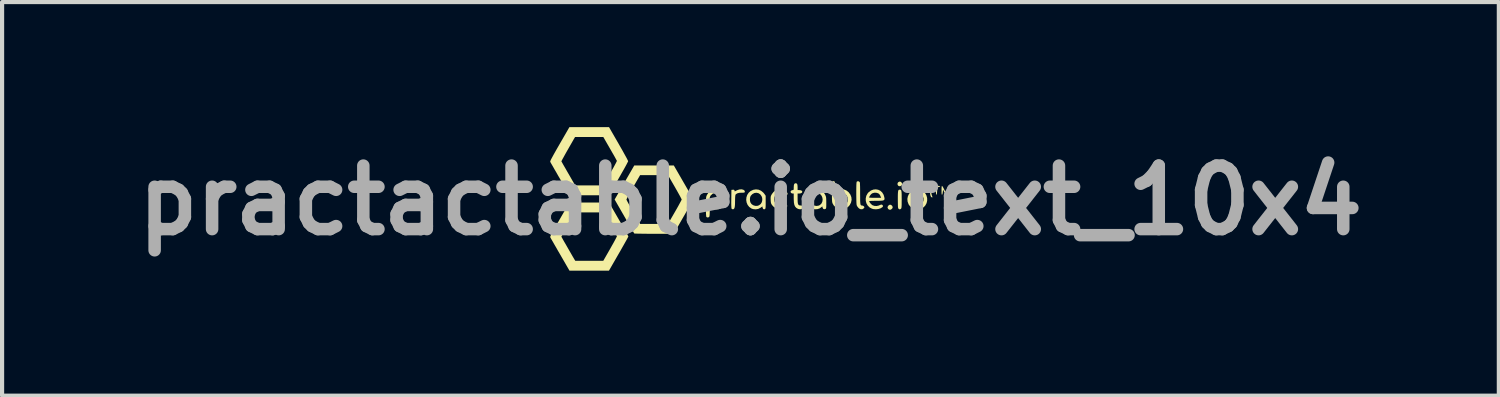
<source format=kicad_pcb>
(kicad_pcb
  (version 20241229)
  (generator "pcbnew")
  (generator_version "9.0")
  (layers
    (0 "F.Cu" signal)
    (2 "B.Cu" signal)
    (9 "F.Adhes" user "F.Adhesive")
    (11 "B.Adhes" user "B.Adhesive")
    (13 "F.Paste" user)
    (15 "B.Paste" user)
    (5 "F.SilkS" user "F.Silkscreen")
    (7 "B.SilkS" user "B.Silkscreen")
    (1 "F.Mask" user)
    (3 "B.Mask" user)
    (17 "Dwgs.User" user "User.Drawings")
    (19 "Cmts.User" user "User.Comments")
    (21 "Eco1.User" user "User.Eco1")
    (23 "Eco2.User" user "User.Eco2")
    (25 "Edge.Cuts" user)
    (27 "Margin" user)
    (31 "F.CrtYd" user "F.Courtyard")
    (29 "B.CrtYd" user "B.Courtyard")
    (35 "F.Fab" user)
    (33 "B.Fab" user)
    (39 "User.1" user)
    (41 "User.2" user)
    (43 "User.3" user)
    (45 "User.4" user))
  (footprint "practactable.io_text_10x4"
    (layer "F.Cu")
    (at 14.957 1.758)
    (property "Reference" "practactable.io_text_10x4" (at 0 0 0) (layer "F.Fab") (effects (font (size 1.524 1.524) (thickness 0.3))))
    (attr board_only exclude_from_pos_files exclude_from_bom)
    (fp_poly (pts (xy 3.604 -0.447) (xy 3.622 -0.433) (xy 3.637 -0.405) (xy 3.635 -0.376) (xy 3.619 -0.352) (xy 3.591 -0.34) (xy 3.582 -0.339) (xy 3.556 -0.346) (xy 3.542 -0.355) (xy 3.528 -0.383) (xy 3.53 -0.413) (xy 3.545 -0.435) (xy 3.574 -0.451)) (stroke (width 0) (type solid)) (fill yes) (layer "F.SilkS"))
    (fp_poly (pts (xy 3.377 0.111) (xy 3.4 0.132) (xy 3.412 0.158) (xy 3.413 0.164) (xy 3.404 0.191) (xy 3.382 0.213) (xy 3.354 0.226) (xy 3.347 0.226) (xy 3.322 0.219) (xy 3.306 0.207) (xy 3.293 0.184) (xy 3.289 0.166) (xy 3.298 0.14) (xy 3.319 0.116) (xy 3.345 0.103) (xy 3.351 0.103)) (stroke (width 0) (type solid)) (fill yes) (layer "F.SilkS"))
    (fp_poly (pts (xy 4.36 -0.336) (xy 4.356 -0.311) (xy 4.353 -0.303) (xy 4.342 -0.26) (xy 4.338 -0.207) (xy 4.343 -0.155) (xy 4.353 -0.117) (xy 4.364 -0.09) (xy 4.367 -0.077) (xy 4.363 -0.072) (xy 4.354 -0.072) (xy 4.338 -0.08) (xy 4.327 -0.094) (xy 4.316 -0.125) (xy 4.311 -0.166) (xy 4.31 -0.213) (xy 4.312 -0.259) (xy 4.319 -0.301) (xy 4.329 -0.331) (xy 4.339 -0.345) (xy 4.354 -0.348)) (stroke (width 0) (type solid)) (fill yes) (layer "F.SilkS"))
    (fp_poly (pts (xy 4.86 -0.341) (xy 4.872 -0.319) (xy 4.876 -0.308) (xy 4.887 -0.268) (xy 4.891 -0.223) (xy 4.89 -0.176) (xy 4.884 -0.134) (xy 4.872 -0.099) (xy 4.857 -0.078) (xy 4.848 -0.074) (xy 4.834 -0.073) (xy 4.831 -0.074) (xy 4.835 -0.085) (xy 4.843 -0.108) (xy 4.846 -0.118) (xy 4.86 -0.18) (xy 4.859 -0.246) (xy 4.847 -0.296) (xy 4.839 -0.328) (xy 4.841 -0.345) (xy 4.852 -0.349)) (stroke (width 0) (type solid)) (fill yes) (layer "F.SilkS"))
    (fp_poly (pts (xy 4.512 -0.349) (xy 4.539 -0.346) (xy 4.551 -0.341) (xy 4.551 -0.337) (xy 4.539 -0.327) (xy 4.515 -0.321) (xy 4.515 -0.321) (xy 4.483 -0.317) (xy 4.48 -0.229) (xy 4.476 -0.178) (xy 4.471 -0.147) (xy 4.464 -0.136) (xy 4.457 -0.139) (xy 4.453 -0.156) (xy 4.451 -0.189) (xy 4.451 -0.225) (xy 4.451 -0.319) (xy 4.415 -0.319) (xy 4.388 -0.322) (xy 4.379 -0.333) (xy 4.379 -0.334) (xy 4.383 -0.342) (xy 4.396 -0.346) (xy 4.423 -0.349) (xy 4.467 -0.349) (xy 4.467 -0.349)) (stroke (width 0) (type solid)) (fill yes) (layer "F.SilkS"))
    (fp_poly (pts (xy 3.597 -0.256) (xy 3.609 -0.251) (xy 3.617 -0.239) (xy 3.622 -0.219) (xy 3.626 -0.187) (xy 3.628 -0.142) (xy 3.628 -0.08) (xy 3.629 -0.024) (xy 3.628 0.048) (xy 3.628 0.103) (xy 3.626 0.142) (xy 3.624 0.169) (xy 3.62 0.186) (xy 3.615 0.197) (xy 3.612 0.2) (xy 3.593 0.213) (xy 3.582 0.216) (xy 3.564 0.209) (xy 3.552 0.2) (xy 3.547 0.191) (xy 3.542 0.177) (xy 3.539 0.154) (xy 3.538 0.12) (xy 3.537 0.072) (xy 3.536 0.007) (xy 3.536 -0.024) (xy 3.536 -0.099) (xy 3.537 -0.156) (xy 3.54 -0.198) (xy 3.544 -0.226) (xy 3.55 -0.243) (xy 3.559 -0.253) (xy 3.571 -0.256) (xy 3.582 -0.257)) (stroke (width 0) (type solid)) (fill yes) (layer "F.SilkS"))
    (fp_poly (pts (xy -0.164 -0.252) (xy -0.142 -0.233) (xy -0.134 -0.212) (xy -0.14 -0.193) (xy -0.146 -0.189) (xy -0.162 -0.185) (xy -0.191 -0.184) (xy -0.217 -0.184) (xy -0.27 -0.181) (xy -0.316 -0.169) (xy -0.348 -0.149) (xy -0.359 -0.135) (xy -0.363 -0.117) (xy -0.367 -0.082) (xy -0.369 -0.035) (xy -0.37 0.02) (xy -0.37 0.022) (xy -0.371 0.091) (xy -0.375 0.142) (xy -0.382 0.177) (xy -0.392 0.199) (xy -0.407 0.211) (xy -0.417 0.214) (xy -0.44 0.21) (xy -0.451 0.202) (xy -0.455 0.19) (xy -0.458 0.163) (xy -0.46 0.121) (xy -0.461 0.061) (xy -0.46 -0.017) (xy -0.46 -0.032) (xy -0.457 -0.252) (xy -0.423 -0.255) (xy -0.398 -0.255) (xy -0.386 -0.245) (xy -0.383 -0.237) (xy -0.379 -0.22) (xy -0.377 -0.216) (xy -0.367 -0.22) (xy -0.345 -0.231) (xy -0.325 -0.242) (xy -0.267 -0.262) (xy -0.211 -0.266)) (stroke (width 0) (type solid)) (fill yes) (layer "F.SilkS"))
    (fp_poly (pts (xy 2.604 -0.454) (xy 2.622 -0.436) (xy 2.625 -0.429) (xy 2.627 -0.413) (xy 2.628 -0.379) (xy 2.63 -0.331) (xy 2.631 -0.271) (xy 2.631 -0.204) (xy 2.631 -0.154) (xy 2.632 -0.071) (xy 2.632 -0.007) (xy 2.634 0.042) (xy 2.637 0.076) (xy 2.641 0.099) (xy 2.648 0.113) (xy 2.658 0.121) (xy 2.67 0.123) (xy 2.679 0.123) (xy 2.703 0.13) (xy 2.724 0.145) (xy 2.734 0.164) (xy 2.734 0.165) (xy 2.728 0.179) (xy 2.714 0.195) (xy 2.683 0.213) (xy 2.644 0.212) (xy 2.626 0.206) (xy 2.596 0.185) (xy 2.568 0.153) (xy 2.55 0.12) (xy 2.546 0.1) (xy 2.543 0.061) (xy 2.541 0.006) (xy 2.54 -0.065) (xy 2.539 -0.148) (xy 2.539 -0.174) (xy 2.539 -0.257) (xy 2.54 -0.322) (xy 2.541 -0.37) (xy 2.543 -0.405) (xy 2.545 -0.429) (xy 2.549 -0.443) (xy 2.553 -0.451) (xy 2.554 -0.452) (xy 2.578 -0.46)) (stroke (width 0) (type solid)) (fill yes) (layer "F.SilkS"))
    (fp_poly (pts (xy 4.794 -0.344) (xy 4.798 -0.325) (xy 4.8 -0.291) (xy 4.8 -0.242) (xy 4.8 -0.192) (xy 4.798 -0.16) (xy 4.795 -0.142) (xy 4.789 -0.134) (xy 4.785 -0.134) (xy 4.776 -0.138) (xy 4.771 -0.154) (xy 4.769 -0.185) (xy 4.769 -0.203) (xy 4.768 -0.272) (xy 4.736 -0.208) (xy 4.718 -0.176) (xy 4.702 -0.153) (xy 4.691 -0.144) (xy 4.69 -0.144) (xy 4.679 -0.152) (xy 4.663 -0.175) (xy 4.649 -0.202) (xy 4.621 -0.259) (xy 4.615 -0.2) (xy 4.61 -0.165) (xy 4.603 -0.142) (xy 4.597 -0.136) (xy 4.591 -0.139) (xy 4.587 -0.155) (xy 4.585 -0.187) (xy 4.585 -0.236) (xy 4.585 -0.241) (xy 4.585 -0.29) (xy 4.588 -0.326) (xy 4.592 -0.346) (xy 4.595 -0.349) (xy 4.603 -0.341) (xy 4.619 -0.318) (xy 4.637 -0.284) (xy 4.647 -0.265) (xy 4.69 -0.18) (xy 4.732 -0.265) (xy 4.752 -0.302) (xy 4.77 -0.331) (xy 4.783 -0.347) (xy 4.787 -0.349)) (stroke (width 0) (type solid)) (fill yes) (layer "F.SilkS"))
    (fp_poly (pts (xy 1.106 -0.407) (xy 1.121 -0.392) (xy 1.128 -0.364) (xy 1.131 -0.319) (xy 1.131 -0.317) (xy 1.131 -0.247) (xy 1.167 -0.247) (xy 1.208 -0.242) (xy 1.234 -0.228) (xy 1.244 -0.206) (xy 1.244 -0.206) (xy 1.234 -0.184) (xy 1.208 -0.17) (xy 1.168 -0.164) (xy 1.131 -0.164) (xy 1.131 -0.041) (xy 1.132 0.021) (xy 1.136 0.066) (xy 1.145 0.095) (xy 1.159 0.113) (xy 1.181 0.121) (xy 1.208 0.123) (xy 1.235 0.127) (xy 1.251 0.14) (xy 1.256 0.15) (xy 1.263 0.171) (xy 1.256 0.186) (xy 1.245 0.197) (xy 1.209 0.213) (xy 1.165 0.211) (xy 1.136 0.201) (xy 1.1 0.18) (xy 1.073 0.15) (xy 1.054 0.11) (xy 1.043 0.056) (xy 1.039 -0.014) (xy 1.038 -0.046) (xy 1.038 -0.164) (xy 1.013 -0.164) (xy 0.986 -0.171) (xy 0.967 -0.188) (xy 0.962 -0.209) (xy 0.963 -0.214) (xy 0.98 -0.237) (xy 1.008 -0.246) (xy 1.015 -0.247) (xy 1.028 -0.248) (xy 1.035 -0.257) (xy 1.038 -0.276) (xy 1.038 -0.309) (xy 1.041 -0.359) (xy 1.05 -0.392) (xy 1.067 -0.408) (xy 1.083 -0.411)) (stroke (width 0) (type solid)) (fill yes) (layer "F.SilkS"))
    (fp_poly (pts (xy 4.041 -0.262) (xy 4.103 -0.244) (xy 4.155 -0.211) (xy 4.196 -0.167) (xy 4.224 -0.114) (xy 4.239 -0.055) (xy 4.24 0.006) (xy 4.226 0.066) (xy 4.196 0.122) (xy 4.159 0.162) (xy 4.109 0.194) (xy 4.048 0.212) (xy 3.982 0.215) (xy 3.922 0.205) (xy 3.883 0.186) (xy 3.843 0.155) (xy 3.809 0.117) (xy 3.794 0.094) (xy 3.77 0.028) (xy 3.767 -0.01) (xy 3.856 -0.01) (xy 3.863 0.035) (xy 3.869 0.049) (xy 3.891 0.08) (xy 3.919 0.108) (xy 3.946 0.126) (xy 3.947 0.126) (xy 3.983 0.132) (xy 4.027 0.13) (xy 4.068 0.121) (xy 4.077 0.117) (xy 4.112 0.09) (xy 4.137 0.049) (xy 4.151 0.001) (xy 4.152 -0.049) (xy 4.139 -0.096) (xy 4.129 -0.114) (xy 4.093 -0.153) (xy 4.048 -0.176) (xy 4 -0.183) (xy 3.953 -0.174) (xy 3.91 -0.15) (xy 3.877 -0.11) (xy 3.873 -0.102) (xy 3.859 -0.059) (xy 3.856 -0.01) (xy 3.767 -0.01) (xy 3.765 -0.037) (xy 3.777 -0.098) (xy 3.803 -0.154) (xy 3.842 -0.201) (xy 3.892 -0.237) (xy 3.951 -0.259) (xy 4.018 -0.264)) (stroke (width 0) (type solid)) (fill yes) (layer "F.SilkS"))
    (fp_poly (pts (xy 0.758 -0.259) (xy 0.794 -0.249) (xy 0.825 -0.233) (xy 0.865 -0.205) (xy 0.887 -0.178) (xy 0.891 -0.152) (xy 0.884 -0.139) (xy 0.867 -0.126) (xy 0.845 -0.127) (xy 0.815 -0.144) (xy 0.804 -0.152) (xy 0.762 -0.173) (xy 0.713 -0.181) (xy 0.666 -0.175) (xy 0.63 -0.159) (xy 0.594 -0.12) (xy 0.572 -0.073) (xy 0.566 -0.021) (xy 0.576 0.03) (xy 0.6 0.076) (xy 0.636 0.11) (xy 0.683 0.13) (xy 0.736 0.133) (xy 0.789 0.118) (xy 0.803 0.111) (xy 0.833 0.097) (xy 0.852 0.095) (xy 0.861 0.099) (xy 0.88 0.119) (xy 0.882 0.141) (xy 0.867 0.163) (xy 0.84 0.184) (xy 0.801 0.2) (xy 0.754 0.211) (xy 0.732 0.213) (xy 0.692 0.215) (xy 0.662 0.211) (xy 0.633 0.201) (xy 0.607 0.188) (xy 0.556 0.154) (xy 0.519 0.114) (xy 0.503 0.089) (xy 0.493 0.065) (xy 0.488 0.036) (xy 0.485 -0.006) (xy 0.485 -0.014) (xy 0.484 -0.057) (xy 0.486 -0.086) (xy 0.492 -0.11) (xy 0.505 -0.135) (xy 0.516 -0.154) (xy 0.558 -0.207) (xy 0.611 -0.242) (xy 0.674 -0.259) (xy 0.714 -0.262)) (stroke (width 0) (type solid)) (fill yes) (layer "F.SilkS"))
    (fp_poly (pts (xy 0.194 -0.257) (xy 0.254 -0.231) (xy 0.307 -0.188) (xy 0.334 -0.156) (xy 0.365 -0.111) (xy 0.365 0.043) (xy 0.365 0.104) (xy 0.364 0.147) (xy 0.362 0.176) (xy 0.358 0.194) (xy 0.353 0.204) (xy 0.347 0.21) (xy 0.323 0.215) (xy 0.303 0.203) (xy 0.291 0.177) (xy 0.29 0.172) (xy 0.287 0.145) (xy 0.241 0.177) (xy 0.186 0.205) (xy 0.125 0.215) (xy 0.063 0.209) (xy 0.023 0.195) (xy -0.03 0.157) (xy -0.068 0.109) (xy -0.092 0.052) (xy -0.102 -0.009) (xy -0.1 -0.035) (xy -0.013 -0.035) (xy -0.011 0.012) (xy -0.000416 0.05) (xy 0.026 0.089) (xy 0.065 0.116) (xy 0.112 0.131) (xy 0.162 0.132) (xy 0.205 0.118) (xy 0.245 0.087) (xy 0.272 0.044) (xy 0.284 -0.007) (xy 0.281 -0.06) (xy 0.265 -0.102) (xy 0.233 -0.146) (xy 0.191 -0.173) (xy 0.144 -0.183) (xy 0.096 -0.177) (xy 0.049 -0.153) (xy 0.008 -0.112) (xy 0.007 -0.111) (xy -0.007 -0.078) (xy -0.013 -0.035) (xy -0.1 -0.035) (xy -0.097 -0.071) (xy -0.078 -0.13) (xy -0.043 -0.183) (xy 0.002 -0.223) (xy 0.065 -0.253) (xy 0.13 -0.264)) (stroke (width 0) (type solid)) (fill yes) (layer "F.SilkS"))
    (fp_poly (pts (xy 1.664 -0.25) (xy 1.72 -0.22) (xy 1.767 -0.176) (xy 1.794 -0.13) (xy 1.805 -0.106) (xy 1.812 -0.083) (xy 1.816 -0.056) (xy 1.818 -0.02) (xy 1.819 0.029) (xy 1.819 0.059) (xy 1.819 0.114) (xy 1.818 0.153) (xy 1.816 0.178) (xy 1.812 0.193) (xy 1.806 0.201) (xy 1.798 0.206) (xy 1.768 0.213) (xy 1.744 0.201) (xy 1.73 0.174) (xy 1.73 0.173) (xy 1.724 0.143) (xy 1.702 0.163) (xy 1.655 0.195) (xy 1.598 0.212) (xy 1.537 0.213) (xy 1.479 0.199) (xy 1.475 0.197) (xy 1.421 0.161) (xy 1.38 0.112) (xy 1.355 0.051) (xy 1.347 -0.02) (xy 1.347 -0.021) (xy 1.349 -0.041) (xy 1.432 -0.041) (xy 1.434 0.011) (xy 1.451 0.06) (xy 1.456 0.068) (xy 1.491 0.104) (xy 1.537 0.126) (xy 1.588 0.134) (xy 1.638 0.125) (xy 1.662 0.114) (xy 1.7 0.08) (xy 1.723 0.036) (xy 1.732 -0.013) (xy 1.726 -0.062) (xy 1.708 -0.109) (xy 1.676 -0.147) (xy 1.637 -0.171) (xy 1.592 -0.184) (xy 1.55 -0.18) (xy 1.51 -0.164) (xy 1.471 -0.133) (xy 1.445 -0.091) (xy 1.432 -0.041) (xy 1.349 -0.041) (xy 1.355 -0.093) (xy 1.38 -0.155) (xy 1.423 -0.204) (xy 1.472 -0.238) (xy 1.536 -0.26) (xy 1.601 -0.264)) (stroke (width 0) (type solid)) (fill yes) (layer "F.SilkS"))
    (fp_poly (pts (xy -1.603 -0.429) (xy -1.367 -0.021) (xy -1.605 0.39) (xy -1.842 0.802) (xy -2.313 0.802) (xy -2.41 0.802) (xy -2.5 0.801) (xy -2.581 0.8) (xy -2.652 0.799) (xy -2.71 0.798) (xy -2.754 0.797) (xy -2.781 0.795) (xy -2.789 0.794) (xy -2.795 0.784) (xy -2.81 0.758) (xy -2.833 0.717) (xy -2.864 0.664) (xy -2.9 0.601) (xy -2.942 0.529) (xy -2.988 0.45) (xy -3.027 0.383) (xy -3.259 -0.021) (xy -2.976 -0.021) (xy -2.971 -0.008) (xy -2.957 0.02) (xy -2.935 0.061) (xy -2.906 0.113) (xy -2.872 0.174) (xy -2.834 0.242) (xy -2.811 0.28) (xy -2.647 0.565) (xy -2.313 0.565) (xy -1.979 0.565) (xy -1.815 0.281) (xy -1.775 0.211) (xy -1.738 0.146) (xy -1.707 0.089) (xy -1.681 0.041) (xy -1.662 0.006) (xy -1.652 -0.015) (xy -1.65 -0.02) (xy -1.655 -0.032) (xy -1.669 -0.06) (xy -1.691 -0.102) (xy -1.72 -0.154) (xy -1.754 -0.215) (xy -1.792 -0.282) (xy -1.814 -0.321) (xy -1.979 -0.606) (xy -2.313 -0.606) (xy -2.648 -0.606) (xy -2.812 -0.322) (xy -2.852 -0.252) (xy -2.888 -0.187) (xy -2.92 -0.13) (xy -2.946 -0.082) (xy -2.964 -0.047) (xy -2.974 -0.026) (xy -2.976 -0.021) (xy -3.259 -0.021) (xy -3.259 -0.021) (xy -3.024 -0.429) (xy -2.788 -0.838) (xy -1.839 -0.838)) (stroke (width 0) (type solid)) (fill yes) (layer "F.SilkS"))
    (fp_poly (pts (xy -0.804 -0.263) (xy -0.737 -0.245) (xy -0.68 -0.21) (xy -0.636 -0.163) (xy -0.608 -0.104) (xy -0.596 -0.037) (xy -0.596 -0.03) (xy -0.604 0.043) (xy -0.628 0.104) (xy -0.663 0.154) (xy -0.709 0.19) (xy -0.764 0.211) (xy -0.823 0.214) (xy -0.887 0.2) (xy -0.919 0.186) (xy -0.977 0.155) (xy -0.977 0.263) (xy -0.978 0.31) (xy -0.98 0.351) (xy -0.984 0.381) (xy -0.987 0.391) (xy -1.006 0.407) (xy -1.032 0.41) (xy -1.055 0.4) (xy -1.057 0.399) (xy -1.061 0.387) (xy -1.064 0.362) (xy -1.067 0.321) (xy -1.068 0.263) (xy -1.069 0.186) (xy -1.069 0.155) (xy -1.069 0.079) (xy -1.068 0.022) (xy -1.067 -0.022) (xy -1.067 -0.031) (xy -0.981 -0.031) (xy -0.977 0.016) (xy -0.963 0.058) (xy -0.963 0.06) (xy -0.932 0.098) (xy -0.889 0.123) (xy -0.84 0.134) (xy -0.79 0.129) (xy -0.752 0.113) (xy -0.722 0.085) (xy -0.697 0.044) (xy -0.682 -0.000005) (xy -0.679 -0.025) (xy -0.687 -0.072) (xy -0.712 -0.117) (xy -0.747 -0.154) (xy -0.762 -0.164) (xy -0.812 -0.182) (xy -0.862 -0.18) (xy -0.91 -0.158) (xy -0.953 -0.118) (xy -0.96 -0.11) (xy -0.975 -0.075) (xy -0.981 -0.031) (xy -1.067 -0.031) (xy -1.065 -0.054) (xy -1.062 -0.078) (xy -1.058 -0.097) (xy -1.051 -0.114) (xy -1.044 -0.13) (xy -1.008 -0.185) (xy -0.959 -0.227) (xy -0.901 -0.255) (xy -0.837 -0.265)) (stroke (width 0) (type solid)) (fill yes) (layer "F.SilkS"))
    (fp_poly (pts (xy 3.065 -0.255) (xy 3.117 -0.23) (xy 3.161 -0.19) (xy 3.193 -0.137) (xy 3.201 -0.114) (xy 3.212 -0.073) (xy 3.217 -0.042) (xy 3.214 -0.02) (xy 3.201 -0.006) (xy 3.175 0.004) (xy 3.134 0.008) (xy 3.077 0.01) (xy 3.016 0.01) (xy 2.96 0.011) (xy 2.912 0.012) (xy 2.875 0.014) (xy 2.852 0.017) (xy 2.847 0.019) (xy 2.855 0.038) (xy 2.873 0.065) (xy 2.897 0.091) (xy 2.921 0.112) (xy 2.927 0.116) (xy 2.973 0.132) (xy 3.026 0.135) (xy 3.078 0.124) (xy 3.098 0.115) (xy 3.133 0.101) (xy 3.157 0.103) (xy 3.175 0.121) (xy 3.177 0.124) (xy 3.18 0.142) (xy 3.168 0.16) (xy 3.165 0.163) (xy 3.123 0.19) (xy 3.069 0.207) (xy 3.009 0.214) (xy 2.949 0.209) (xy 2.914 0.199) (xy 2.858 0.169) (xy 2.814 0.125) (xy 2.783 0.071) (xy 2.767 0.012) (xy 2.766 -0.05) (xy 2.77 -0.068) (xy 2.847 -0.068) (xy 2.857 -0.066) (xy 2.884 -0.064) (xy 2.923 -0.062) (xy 2.973 -0.062) (xy 2.991 -0.062) (xy 3.135 -0.062) (xy 3.125 -0.088) (xy 3.108 -0.126) (xy 3.09 -0.151) (xy 3.067 -0.168) (xy 3.063 -0.17) (xy 3.018 -0.183) (xy 2.968 -0.183) (xy 2.922 -0.169) (xy 2.914 -0.164) (xy 2.891 -0.144) (xy 2.869 -0.116) (xy 2.852 -0.087) (xy 2.847 -0.068) (xy 2.77 -0.068) (xy 2.78 -0.111) (xy 2.811 -0.167) (xy 2.837 -0.197) (xy 2.89 -0.236) (xy 2.949 -0.259) (xy 3.008 -0.265)) (stroke (width 0) (type solid)) (fill yes) (layer "F.SilkS"))
    (fp_poly (pts (xy 2.012 -0.456) (xy 2.02 -0.449) (xy 2.025 -0.434) (xy 2.029 -0.411) (xy 2.031 -0.373) (xy 2.033 -0.32) (xy 2.035 -0.272) (xy 2.037 -0.233) (xy 2.039 -0.206) (xy 2.042 -0.195) (xy 2.042 -0.195) (xy 2.053 -0.201) (xy 2.072 -0.216) (xy 2.078 -0.221) (xy 2.13 -0.253) (xy 2.188 -0.266) (xy 2.246 -0.261) (xy 2.303 -0.237) (xy 2.354 -0.197) (xy 2.397 -0.139) (xy 2.421 -0.077) (xy 2.427 -0.012) (xy 2.413 0.052) (xy 2.381 0.113) (xy 2.353 0.146) (xy 2.299 0.187) (xy 2.237 0.211) (xy 2.172 0.217) (xy 2.108 0.203) (xy 2.092 0.197) (xy 2.04 0.163) (xy 1.996 0.118) (xy 1.968 0.068) (xy 1.963 0.05) (xy 1.959 0.027) (xy 1.957 -0.004) (xy 1.955 -0.041) (xy 2.038 -0.041) (xy 2.04 0.01) (xy 2.058 0.06) (xy 2.063 0.069) (xy 2.097 0.103) (xy 2.141 0.125) (xy 2.19 0.134) (xy 2.237 0.128) (xy 2.265 0.114) (xy 2.304 0.079) (xy 2.328 0.035) (xy 2.337 -0.011) (xy 2.333 -0.058) (xy 2.317 -0.102) (xy 2.29 -0.14) (xy 2.254 -0.168) (xy 2.208 -0.182) (xy 2.163 -0.182) (xy 2.115 -0.165) (xy 2.078 -0.133) (xy 2.051 -0.09) (xy 2.038 -0.041) (xy 1.955 -0.041) (xy 1.955 -0.045) (xy 1.955 -0.1) (xy 1.955 -0.172) (xy 1.955 -0.21) (xy 1.956 -0.286) (xy 1.958 -0.344) (xy 1.959 -0.387) (xy 1.961 -0.417) (xy 1.965 -0.436) (xy 1.969 -0.448) (xy 1.974 -0.455) (xy 1.976 -0.456) (xy 1.998 -0.462)) (stroke (width 0) (type solid)) (fill yes) (layer "F.SilkS"))
    (fp_poly (pts (xy -3.162 0.453) (xy -3.114 0.536) (xy -3.069 0.614) (xy -3.029 0.685) (xy -2.994 0.746) (xy -2.966 0.797) (xy -2.945 0.835) (xy -2.933 0.859) (xy -2.93 0.866) (xy -2.935 0.877) (xy -2.949 0.904) (xy -2.971 0.945) (xy -3.001 0.998) (xy -3.037 1.062) (xy -3.078 1.134) (xy -3.123 1.214) (xy -3.162 1.281) (xy -3.395 1.686) (xy -3.869 1.686) (xy -4.343 1.686) (xy -4.569 1.294) (xy -4.617 1.212) (xy -4.661 1.134) (xy -4.702 1.064) (xy -4.737 1.002) (xy -4.766 0.952) (xy -4.788 0.914) (xy -4.801 0.89) (xy -4.804 0.883) (xy -4.805 0.875) (xy -4.803 0.872) (xy -4.537 0.872) (xy -4.531 0.882) (xy -4.517 0.907) (xy -4.496 0.945) (xy -4.469 0.993) (xy -4.437 1.047) (xy -4.403 1.107) (xy -4.368 1.168) (xy -4.333 1.229) (xy -4.3 1.286) (xy -4.271 1.337) (xy -4.246 1.379) (xy -4.228 1.41) (xy -4.218 1.426) (xy -4.204 1.449) (xy -3.531 1.449) (xy -3.366 1.161) (xy -3.327 1.091) (xy -3.29 1.026) (xy -3.259 0.969) (xy -3.234 0.922) (xy -3.216 0.886) (xy -3.206 0.866) (xy -3.205 0.861) (xy -3.211 0.849) (xy -3.226 0.822) (xy -3.248 0.781) (xy -3.277 0.73) (xy -3.312 0.669) (xy -3.35 0.602) (xy -3.37 0.568) (xy -3.531 0.288) (xy -3.87 0.288) (xy -4.209 0.289) (xy -4.374 0.576) (xy -4.414 0.646) (xy -4.45 0.711) (xy -4.481 0.767) (xy -4.507 0.813) (xy -4.525 0.848) (xy -4.535 0.868) (xy -4.537 0.872) (xy -4.803 0.872) (xy -4.8 0.86) (xy -4.789 0.836) (xy -4.772 0.802) (xy -4.749 0.757) (xy -4.717 0.7) (xy -4.677 0.628) (xy -4.627 0.542) (xy -4.579 0.458) (xy -4.344 0.051) (xy -3.394 0.051)) (stroke (width 0) (type solid)) (fill yes) (layer "F.SilkS"))
    (fp_poly (pts (xy -3.164 -1.359) (xy -3.117 -1.276) (xy -3.072 -1.198) (xy -3.033 -1.127) (xy -2.998 -1.064) (xy -2.97 -1.013) (xy -2.95 -0.973) (xy -2.938 -0.948) (xy -2.935 -0.941) (xy -2.94 -0.928) (xy -2.955 -0.899) (xy -2.977 -0.856) (xy -3.007 -0.801) (xy -3.043 -0.736) (xy -3.085 -0.663) (xy -3.13 -0.583) (xy -3.165 -0.522) (xy -3.396 -0.123) (xy -3.869 -0.123) (xy -4.343 -0.123) (xy -4.569 -0.515) (xy -4.617 -0.597) (xy -4.661 -0.675) (xy -4.702 -0.745) (xy -4.737 -0.807) (xy -4.766 -0.857) (xy -4.788 -0.895) (xy -4.801 -0.919) (xy -4.804 -0.926) (xy -4.805 -0.934) (xy -4.803 -0.938) (xy -4.537 -0.938) (xy -4.531 -0.927) (xy -4.517 -0.902) (xy -4.496 -0.864) (xy -4.469 -0.817) (xy -4.437 -0.762) (xy -4.403 -0.702) (xy -4.368 -0.641) (xy -4.333 -0.581) (xy -4.3 -0.523) (xy -4.271 -0.472) (xy -4.246 -0.43) (xy -4.228 -0.399) (xy -4.218 -0.383) (xy -4.204 -0.36) (xy -3.867 -0.36) (xy -3.531 -0.36) (xy -3.366 -0.648) (xy -3.327 -0.718) (xy -3.29 -0.783) (xy -3.259 -0.84) (xy -3.234 -0.887) (xy -3.216 -0.923) (xy -3.206 -0.944) (xy -3.205 -0.948) (xy -3.211 -0.96) (xy -3.226 -0.987) (xy -3.248 -1.028) (xy -3.277 -1.08) (xy -3.312 -1.14) (xy -3.35 -1.207) (xy -3.37 -1.241) (xy -3.531 -1.521) (xy -3.87 -1.521) (xy -4.209 -1.521) (xy -4.374 -1.233) (xy -4.414 -1.163) (xy -4.45 -1.099) (xy -4.481 -1.042) (xy -4.507 -0.996) (xy -4.525 -0.961) (xy -4.535 -0.942) (xy -4.537 -0.938) (xy -4.803 -0.938) (xy -4.8 -0.949) (xy -4.79 -0.973) (xy -4.773 -1.006) (xy -4.749 -1.05) (xy -4.718 -1.107) (xy -4.678 -1.178) (xy -4.629 -1.264) (xy -4.579 -1.351) (xy -4.344 -1.758) (xy -3.394 -1.758)) (stroke (width 0) (type solid)) (fill yes) (layer "F.SilkS")))
  (gr_rect
    (start -3 -3)
    (end 32.914 6.444)
    (stroke (width 0.1) (type default))
    (fill no)
    (layer "Edge.Cuts")))
</source>
